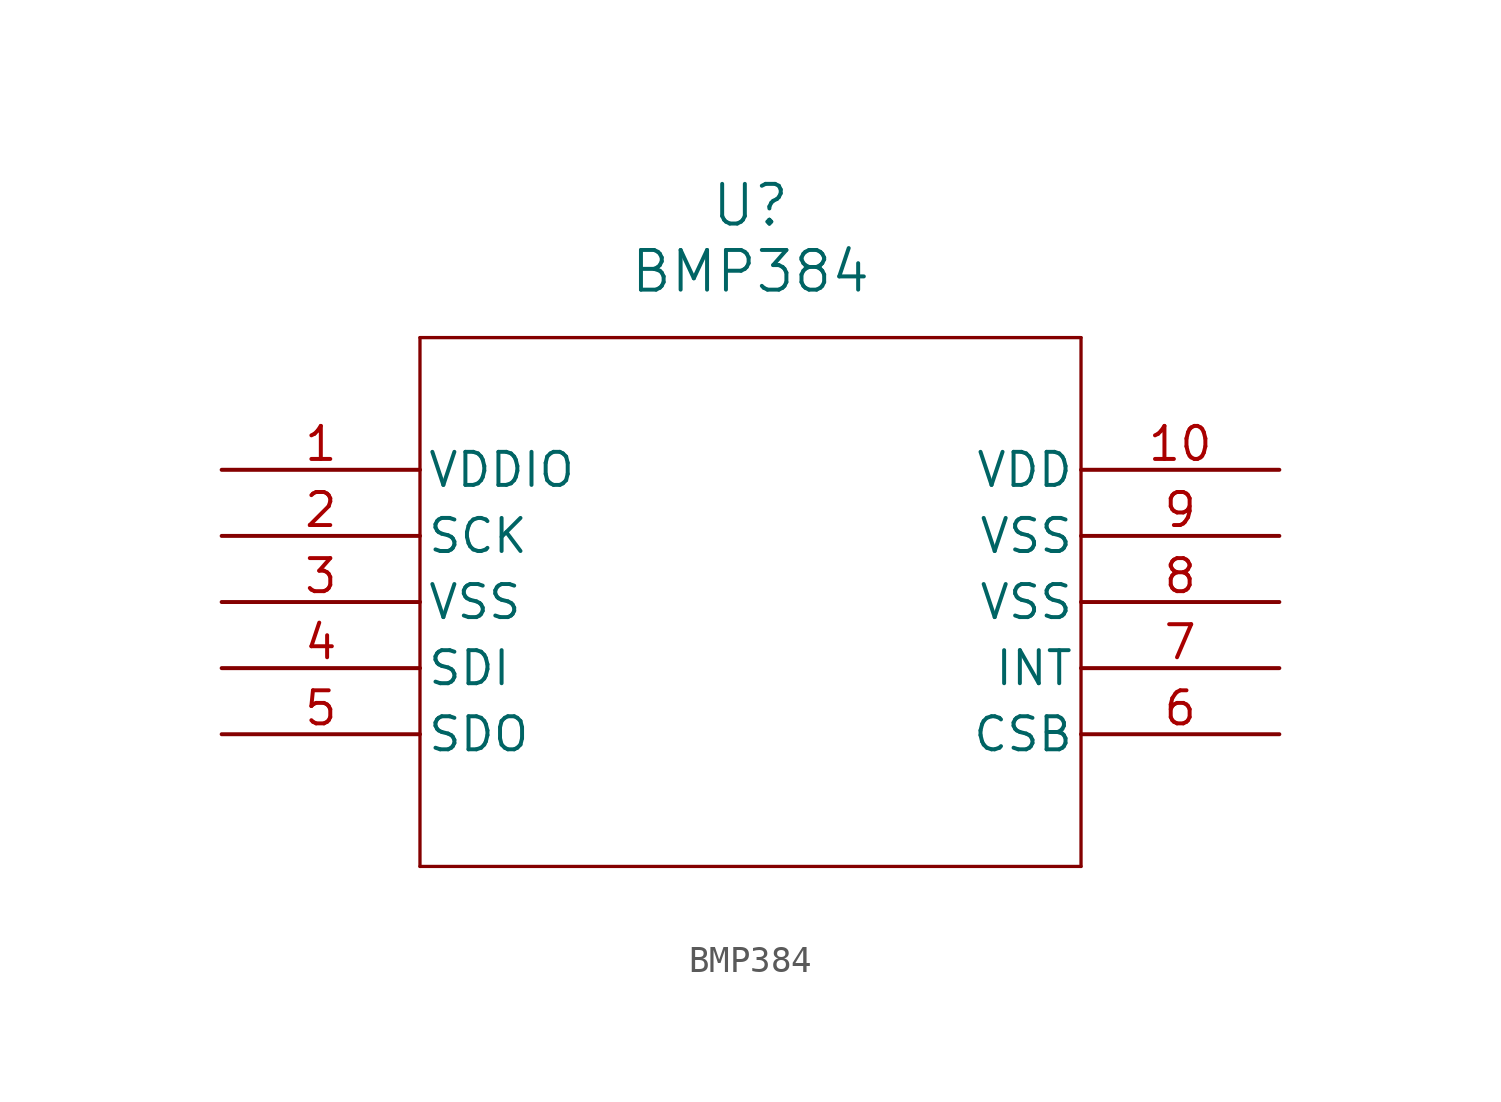
<source format=kicad_sym>
(kicad_symbol_lib
  (version 20241209)
  (generator "kicad_symbol_editor")
  (generator_version "9.0")
  (symbol "BMP384"
    (pin_names
      (offset 0.254))
    (property "Reference" "U"
      (at 20.32 10.16 0)
      (effects (font (size 1.524 1.524))))
    (property "Value" "BMP384"
      (at 20.32 7.62 0)
      (effects (font (size 1.524 1.524))))
    (property "ki_locked" ""
      (at 0 0 0)
      (effects (font (size 1.27 1.27))))
    (symbol "BMP384_0_1"
      (polyline (pts (xy 7.62 5.08) (xy 7.62 -15.24)) (stroke (width 0.127) (type default)) (fill (type none)))
      (polyline (pts (xy 7.62 -15.24) (xy 33.02 -15.24)) (stroke (width 0.127) (type default)) (fill (type none)))
      (polyline (pts (xy 33.02 5.08) (xy 7.62 5.08)) (stroke (width 0.127) (type default)) (fill (type none)))
      (polyline (pts (xy 33.02 -15.24) (xy 33.02 5.08)) (stroke (width 0.127) (type default)) (fill (type none)))
      (pin power_in line (at 0 0 0) (length 7.62) (name "VDDIO" (effects (font (size 1.27 1.27)))) (number "1" (effects (font (size 1.27 1.27)))))
      (pin input line (at 0 -2.54 0) (length 7.62) (name "SCK" (effects (font (size 1.27 1.27)))) (number "2" (effects (font (size 1.27 1.27)))))
      (pin power_out line (at 0 -5.08 0) (length 7.62) (name "VSS" (effects (font (size 1.27 1.27)))) (number "3" (effects (font (size 1.27 1.27)))))
      (pin bidirectional line (at 0 -7.62 0) (length 7.62) (name "SDI" (effects (font (size 1.27 1.27)))) (number "4" (effects (font (size 1.27 1.27)))))
      (pin bidirectional line (at 0 -10.16 0) (length 7.62) (name "SDO" (effects (font (size 1.27 1.27)))) (number "5" (effects (font (size 1.27 1.27)))))
      (pin power_in line (at 40.64 0 180) (length 7.62) (name "VDD" (effects (font (size 1.27 1.27)))) (number "10" (effects (font (size 1.27 1.27)))))
      (pin power_out line (at 40.64 -2.54 180) (length 7.62) (name "VSS" (effects (font (size 1.27 1.27)))) (number "9" (effects (font (size 1.27 1.27)))))
      (pin power_out line (at 40.64 -5.08 180) (length 7.62) (name "VSS" (effects (font (size 1.27 1.27)))) (number "8" (effects (font (size 1.27 1.27)))))
      (pin output line (at 40.64 -7.62 180) (length 7.62) (name "INT" (effects (font (size 1.27 1.27)))) (number "7" (effects (font (size 1.27 1.27)))))
      (pin input line (at 40.64 -10.16 180) (length 7.62) (name "CSB" (effects (font (size 1.27 1.27)))) (number "6" (effects (font (size 1.27 1.27))))))))
</source>
